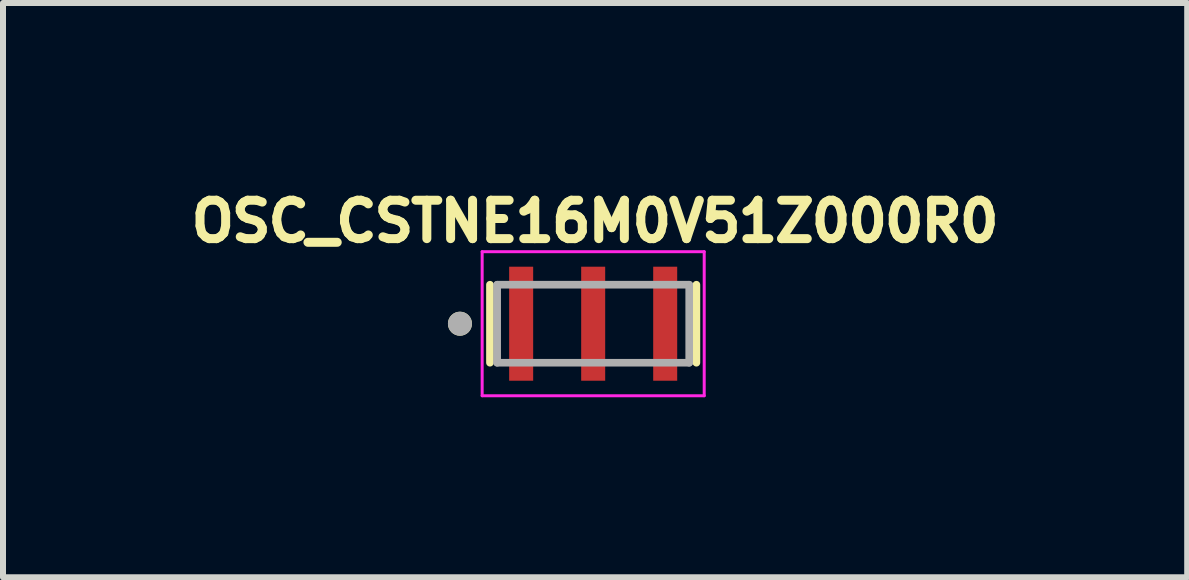
<source format=kicad_pcb>
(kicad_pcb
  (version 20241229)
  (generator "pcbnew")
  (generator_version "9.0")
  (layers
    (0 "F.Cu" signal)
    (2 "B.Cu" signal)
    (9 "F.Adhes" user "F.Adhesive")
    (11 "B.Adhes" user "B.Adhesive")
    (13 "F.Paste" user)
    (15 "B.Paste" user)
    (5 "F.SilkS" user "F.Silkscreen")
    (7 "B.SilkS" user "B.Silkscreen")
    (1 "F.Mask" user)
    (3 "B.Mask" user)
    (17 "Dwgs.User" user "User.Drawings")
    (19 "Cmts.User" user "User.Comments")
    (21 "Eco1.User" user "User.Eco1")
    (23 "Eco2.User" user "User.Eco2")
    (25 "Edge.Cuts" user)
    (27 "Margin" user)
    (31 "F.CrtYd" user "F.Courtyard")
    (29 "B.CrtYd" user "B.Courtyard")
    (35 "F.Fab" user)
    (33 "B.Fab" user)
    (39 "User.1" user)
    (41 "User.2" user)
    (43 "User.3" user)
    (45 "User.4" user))
  (footprint "OSC_CSTNE16M0V51Z000R0"
    (layer "F.Cu")
    (at 6.834 2.344)
    (property "Reference" "OSC_CSTNE16M0V51Z000R0" (at 0.032 -1.706 0) (layer "F.SilkS") (effects (font (size 0.64 0.64) (thickness 0.15))))
    (attr through_hole)
    (fp_line (start -1.72 -0.65) (end -1.72 0.65) (stroke (width 0.127) (type solid)) (layer "F.SilkS"))
    (fp_line (start 1.72 -0.65) (end 1.72 0.65) (stroke (width 0.127) (type solid)) (layer "F.SilkS"))
    (fp_circle (center -2.22 0) (end -2.12 0) (stroke (width 0.2) (type solid)) (fill no) (layer "F.SilkS"))
    (fp_line (start -1.85 -1.2) (end 1.85 -1.2) (stroke (width 0.05) (type solid)) (layer "F.CrtYd"))
    (fp_line (start -1.85 1.2) (end -1.85 -1.2) (stroke (width 0.05) (type solid)) (layer "F.CrtYd"))
    (fp_line (start 1.85 -1.2) (end 1.85 1.2) (stroke (width 0.05) (type solid)) (layer "F.CrtYd"))
    (fp_line (start 1.85 1.2) (end -1.85 1.2) (stroke (width 0.05) (type solid)) (layer "F.CrtYd"))
    (fp_line (start -1.6 -0.65) (end -1.6 0.65) (stroke (width 0.127) (type solid)) (layer "F.Fab"))
    (fp_line (start -1.6 -0.65) (end 1.6 -0.65) (stroke (width 0.127) (type solid)) (layer "F.Fab"))
    (fp_line (start 1.6 -0.65) (end 1.6 0.65) (stroke (width 0.127) (type solid)) (layer "F.Fab"))
    (fp_line (start 1.6 0.65) (end -1.6 0.65) (stroke (width 0.127) (type solid)) (layer "F.Fab"))
    (fp_circle (center -2.22 0) (end -2.12 0) (stroke (width 0.2) (type solid)) (fill no) (layer "F.Fab"))
    (pad "1" smd rect (at -1.2 0) (size 0.4 1.9) (layers "F.Cu" "F.Mask" "F.Paste"))
    (pad "2" smd rect (at 0 0) (size 0.4 1.9) (layers "F.Cu" "F.Mask" "F.Paste"))
    (pad "3" smd rect (at 1.2 0) (size 0.4 1.9) (layers "F.Cu" "F.Mask" "F.Paste")))
  (gr_rect
    (start -3 -3)
    (end 16.732 6.569)
    (stroke (width 0.1) (type default))
    (fill no)
    (layer "Edge.Cuts")))
</source>
